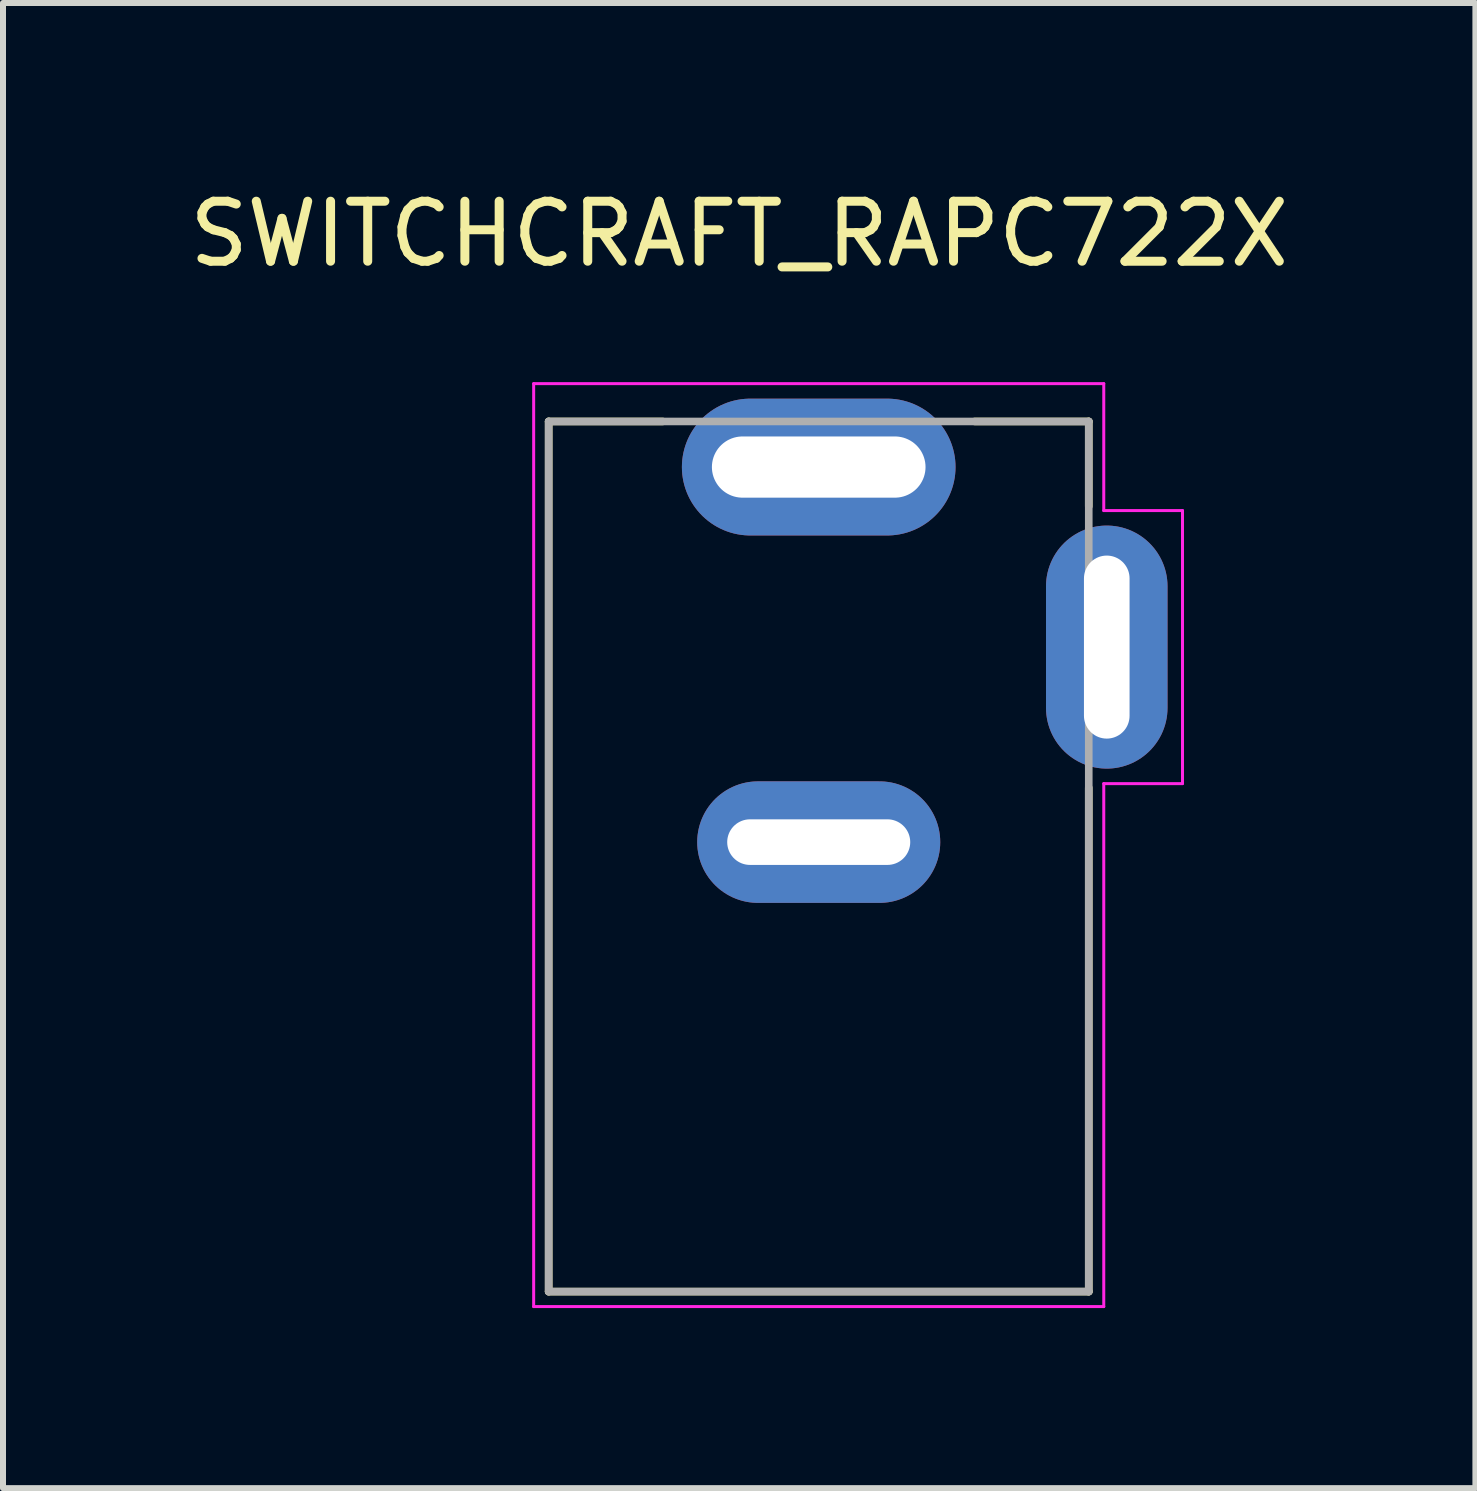
<source format=kicad_pcb>
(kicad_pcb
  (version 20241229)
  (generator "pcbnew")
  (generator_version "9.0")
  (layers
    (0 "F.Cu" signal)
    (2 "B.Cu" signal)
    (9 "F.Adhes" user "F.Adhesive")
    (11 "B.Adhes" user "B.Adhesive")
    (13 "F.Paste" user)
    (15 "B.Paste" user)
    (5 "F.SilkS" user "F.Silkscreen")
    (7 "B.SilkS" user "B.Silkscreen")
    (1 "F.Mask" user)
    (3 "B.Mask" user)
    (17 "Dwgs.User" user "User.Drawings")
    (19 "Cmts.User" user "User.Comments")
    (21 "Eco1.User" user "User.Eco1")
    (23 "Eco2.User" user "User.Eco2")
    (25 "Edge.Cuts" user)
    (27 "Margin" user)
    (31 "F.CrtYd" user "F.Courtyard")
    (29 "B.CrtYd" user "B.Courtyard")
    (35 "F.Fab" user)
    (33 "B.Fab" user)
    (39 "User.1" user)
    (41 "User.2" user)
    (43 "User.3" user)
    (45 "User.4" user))
  (footprint "SWITCHCRAFT_RAPC722X"
    (layer "F.Cu")
    (at 10.593 10.983)
    (property "Reference" "SWITCHCRAFT_RAPC722X" (at -1.325 -10.135 0) (layer "F.SilkS") (effects (font (size 1 1) (thickness 0.15))))
    (attr through_hole)
    (fp_line (start -4.5 -7.01) (end -4.5 7.49) (stroke (width 0.127) (type solid)) (layer "F.SilkS"))
    (fp_line (start -4.5 7.49) (end 4.5 7.49) (stroke (width 0.127) (type solid)) (layer "F.SilkS"))
    (fp_line (start -2.6 -7.01) (end -4.5 -7.01) (stroke (width 0.127) (type solid)) (layer "F.SilkS"))
    (fp_line (start 4.5 -7.01) (end 2.6 -7.01) (stroke (width 0.127) (type solid)) (layer "F.SilkS"))
    (fp_line (start 4.5 -5.595) (end 4.5 -7.01) (stroke (width 0.127) (type solid)) (layer "F.SilkS"))
    (fp_line (start 4.5 7.49) (end 4.5 -0.905) (stroke (width 0.127) (type solid)) (layer "F.SilkS"))
    (fp_line (start -4.75 -7.64) (end -4.75 7.74) (stroke (width 0.05) (type solid)) (layer "F.CrtYd"))
    (fp_line (start -4.75 7.74) (end 4.75 7.74) (stroke (width 0.05) (type solid)) (layer "F.CrtYd"))
    (fp_line (start 4.75 -7.64) (end -4.75 -7.64) (stroke (width 0.05) (type solid)) (layer "F.CrtYd"))
    (fp_line (start 4.75 -5.525) (end 4.75 -7.64) (stroke (width 0.05) (type solid)) (layer "F.CrtYd"))
    (fp_line (start 4.75 -0.975) (end 6.062 -0.975) (stroke (width 0.05) (type solid)) (layer "F.CrtYd"))
    (fp_line (start 4.75 7.74) (end 4.75 -0.975) (stroke (width 0.05) (type solid)) (layer "F.CrtYd"))
    (fp_line (start 6.062 -5.525) (end 4.75 -5.525) (stroke (width 0.05) (type solid)) (layer "F.CrtYd"))
    (fp_line (start 6.062 -0.975) (end 6.062 -5.525) (stroke (width 0.05) (type solid)) (layer "F.CrtYd"))
    (fp_line (start -4.5 -7.01) (end -4.5 7.49) (stroke (width 0.127) (type solid)) (layer "F.Fab"))
    (fp_line (start -4.5 7.49) (end 4.5 7.49) (stroke (width 0.127) (type solid)) (layer "F.Fab"))
    (fp_line (start 4.5 -7.01) (end -4.5 -7.01) (stroke (width 0.127) (type solid)) (layer "F.Fab"))
    (fp_line (start 4.5 7.49) (end 4.5 -7.01) (stroke (width 0.127) (type solid)) (layer "F.Fab"))
    (pad "PIN" thru_hole oval (at 0 -6.25) (size 4.56 2.28) (drill oval 3.56 1.02) (layers "*.Cu" "*.Mask"))
    (pad "SHUNT" thru_hole oval (at 4.8 -3.25) (size 2.025 4.05) (drill oval 0.76 3.05) (layers "*.Cu" "*.Mask"))
    (pad "SLEEVE" thru_hole oval (at 0 0) (size 4.05 2.025) (drill oval 3.05 0.76) (layers "*.Cu" "*.Mask")))
  (gr_rect
    (start -3 -3)
    (end 21.536 21.748)
    (stroke (width 0.1) (type default))
    (fill no)
    (layer "Edge.Cuts")))
</source>
